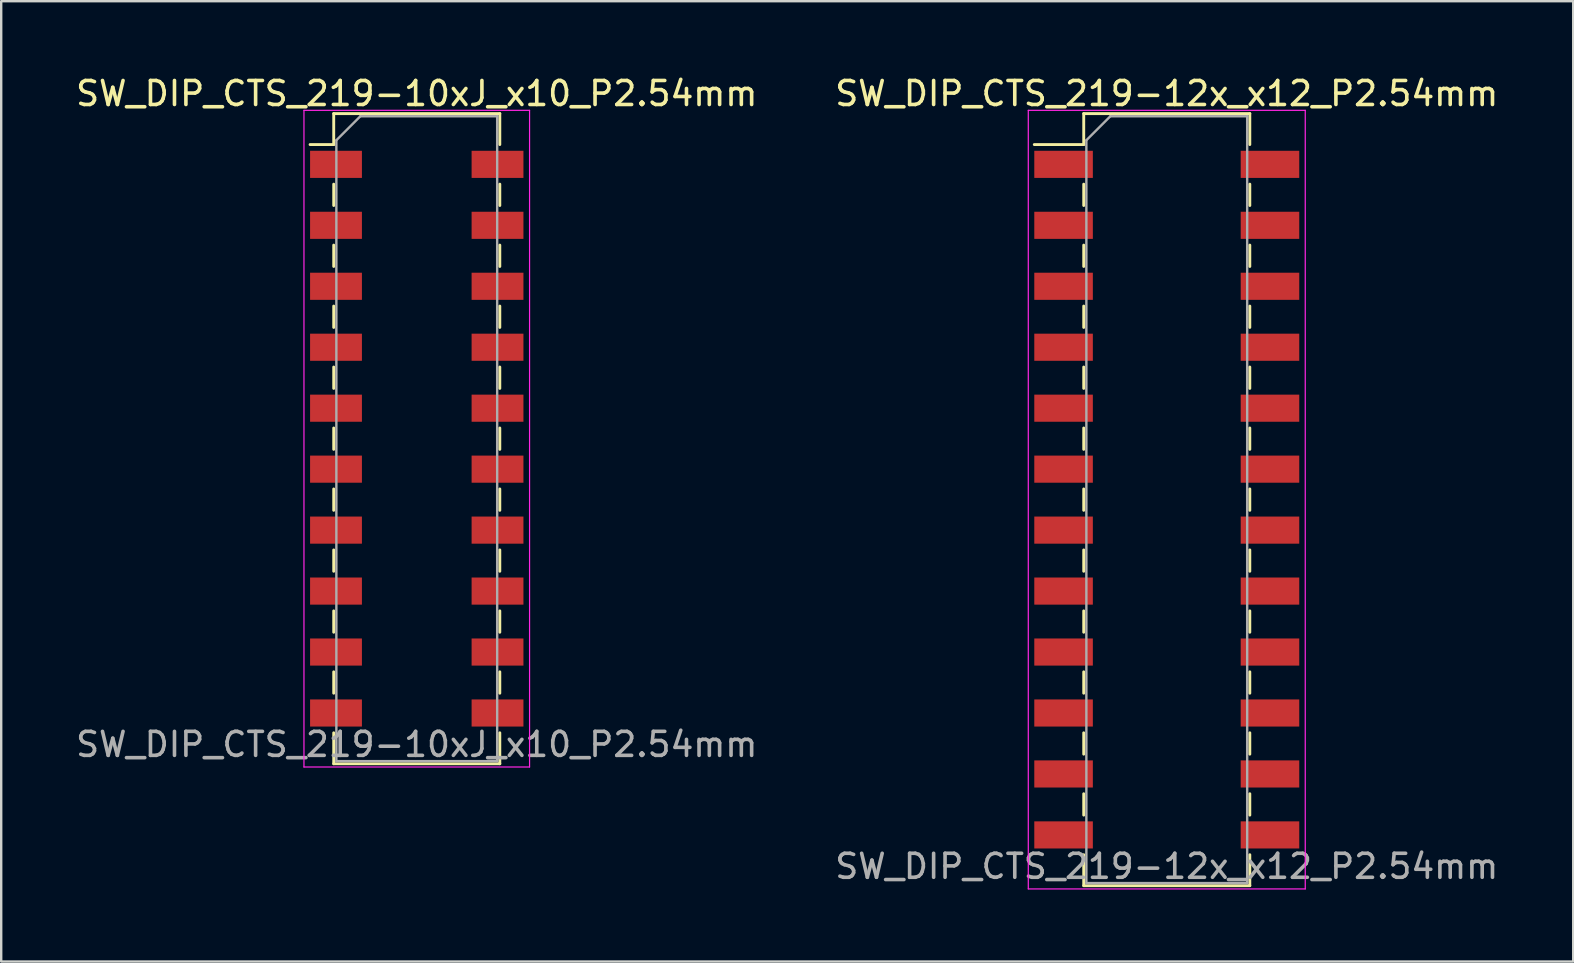
<source format=kicad_pcb>
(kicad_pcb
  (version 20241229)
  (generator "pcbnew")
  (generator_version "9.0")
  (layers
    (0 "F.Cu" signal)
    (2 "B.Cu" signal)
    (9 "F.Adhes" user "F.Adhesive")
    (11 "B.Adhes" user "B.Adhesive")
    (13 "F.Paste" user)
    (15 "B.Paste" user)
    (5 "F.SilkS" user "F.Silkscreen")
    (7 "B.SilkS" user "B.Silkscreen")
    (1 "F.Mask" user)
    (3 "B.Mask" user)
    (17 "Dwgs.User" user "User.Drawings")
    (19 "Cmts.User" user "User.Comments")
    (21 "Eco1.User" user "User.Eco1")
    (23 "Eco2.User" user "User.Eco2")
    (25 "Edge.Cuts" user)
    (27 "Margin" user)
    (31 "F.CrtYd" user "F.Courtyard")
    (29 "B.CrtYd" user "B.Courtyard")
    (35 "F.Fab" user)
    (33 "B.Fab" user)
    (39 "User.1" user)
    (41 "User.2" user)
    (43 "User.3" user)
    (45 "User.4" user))
  (footprint "SW_DIP_CTS_219-10xJ_x10_P2.54mm"
    (layer "F.Cu")
    (at 14.315 15.228)
    (property "Reference" "SW_DIP_CTS_219-10xJ_x10_P2.54mm" (at 0 -14.38 0) (layer "F.SilkS") (effects (font (size 1 1) (thickness 0.15))))
    (attr smd)
    (fp_line (start -4.445 -12.255) (end -3.46 -12.255) (stroke (width 0.12) (type solid)) (layer "F.SilkS"))
    (fp_line (start -3.46 -13.545) (end 3.46 -13.545) (stroke (width 0.12) (type solid)) (layer "F.SilkS"))
    (fp_line (start -3.46 -12.255) (end -3.46 -13.545) (stroke (width 0.12) (type solid)) (layer "F.SilkS"))
    (fp_line (start -3.46 -10.605) (end -3.46 -9.715) (stroke (width 0.12) (type solid)) (layer "F.SilkS"))
    (fp_line (start -3.46 -8.065) (end -3.46 -7.175) (stroke (width 0.12) (type solid)) (layer "F.SilkS"))
    (fp_line (start -3.46 -5.525) (end -3.46 -4.635) (stroke (width 0.12) (type solid)) (layer "F.SilkS"))
    (fp_line (start -3.46 -2.985) (end -3.46 -2.095) (stroke (width 0.12) (type solid)) (layer "F.SilkS"))
    (fp_line (start -3.46 -0.445) (end -3.46 0.445) (stroke (width 0.12) (type solid)) (layer "F.SilkS"))
    (fp_line (start -3.46 2.095) (end -3.46 2.985) (stroke (width 0.12) (type solid)) (layer "F.SilkS"))
    (fp_line (start -3.46 4.635) (end -3.46 5.525) (stroke (width 0.12) (type solid)) (layer "F.SilkS"))
    (fp_line (start -3.46 7.175) (end -3.46 8.065) (stroke (width 0.12) (type solid)) (layer "F.SilkS"))
    (fp_line (start -3.46 9.715) (end -3.46 10.605) (stroke (width 0.12) (type solid)) (layer "F.SilkS"))
    (fp_line (start -3.46 12.255) (end -3.46 13.545) (stroke (width 0.12) (type solid)) (layer "F.SilkS"))
    (fp_line (start -3.46 13.545) (end 3.46 13.545) (stroke (width 0.12) (type solid)) (layer "F.SilkS"))
    (fp_line (start 3.46 -13.545) (end 3.46 -12.255) (stroke (width 0.12) (type solid)) (layer "F.SilkS"))
    (fp_line (start 3.46 -10.605) (end 3.46 -9.715) (stroke (width 0.12) (type solid)) (layer "F.SilkS"))
    (fp_line (start 3.46 -8.065) (end 3.46 -7.175) (stroke (width 0.12) (type solid)) (layer "F.SilkS"))
    (fp_line (start 3.46 -5.525) (end 3.46 -4.635) (stroke (width 0.12) (type solid)) (layer "F.SilkS"))
    (fp_line (start 3.46 -2.985) (end 3.46 -2.095) (stroke (width 0.12) (type solid)) (layer "F.SilkS"))
    (fp_line (start 3.46 -0.445) (end 3.46 0.445) (stroke (width 0.12) (type solid)) (layer "F.SilkS"))
    (fp_line (start 3.46 2.095) (end 3.46 2.985) (stroke (width 0.12) (type solid)) (layer "F.SilkS"))
    (fp_line (start 3.46 4.635) (end 3.46 5.525) (stroke (width 0.12) (type solid)) (layer "F.SilkS"))
    (fp_line (start 3.46 7.175) (end 3.46 8.065) (stroke (width 0.12) (type solid)) (layer "F.SilkS"))
    (fp_line (start 3.46 9.715) (end 3.46 10.605) (stroke (width 0.12) (type solid)) (layer "F.SilkS"))
    (fp_line (start 3.46 13.545) (end 3.46 12.255) (stroke (width 0.12) (type solid)) (layer "F.SilkS"))
    (fp_line (start -4.7 -13.68) (end 4.7 -13.68) (stroke (width 0.05) (type solid)) (layer "F.CrtYd"))
    (fp_line (start -4.7 13.68) (end -4.7 -13.68) (stroke (width 0.05) (type solid)) (layer "F.CrtYd"))
    (fp_line (start 4.7 -13.68) (end 4.7 13.68) (stroke (width 0.05) (type solid)) (layer "F.CrtYd"))
    (fp_line (start 4.7 13.68) (end -4.7 13.68) (stroke (width 0.05) (type solid)) (layer "F.CrtYd"))
    (fp_line (start -3.35 -12.435) (end -2.35 -13.435) (stroke (width 0.1) (type solid)) (layer "F.Fab"))
    (fp_line (start -3.35 13.435) (end -3.35 -12.435) (stroke (width 0.1) (type solid)) (layer "F.Fab"))
    (fp_line (start -2.35 -13.435) (end 3.35 -13.435) (stroke (width 0.1) (type solid)) (layer "F.Fab"))
    (fp_line (start 3.35 -13.435) (end 3.35 13.435) (stroke (width 0.1) (type solid)) (layer "F.Fab"))
    (fp_line (start 3.35 13.435) (end -3.35 13.435) (stroke (width 0.1) (type solid)) (layer "F.Fab"))
    (fp_text user "${REFERENCE}" (at 0 12.74 0) (layer "F.Fab") (effects (font (size 1 1) (thickness 0.15))))
    (pad "1" smd rect (at -3.365 -11.43) (size 2.16 1.13) (layers "F.Cu" "F.Mask" "F.Paste"))
    (pad "2" smd rect (at -3.365 -8.89) (size 2.16 1.13) (layers "F.Cu" "F.Mask" "F.Paste"))
    (pad "3" smd rect (at -3.365 -6.35) (size 2.16 1.13) (layers "F.Cu" "F.Mask" "F.Paste"))
    (pad "4" smd rect (at -3.365 -3.81) (size 2.16 1.13) (layers "F.Cu" "F.Mask" "F.Paste"))
    (pad "5" smd rect (at -3.365 -1.27) (size 2.16 1.13) (layers "F.Cu" "F.Mask" "F.Paste"))
    (pad "6" smd rect (at -3.365 1.27) (size 2.16 1.13) (layers "F.Cu" "F.Mask" "F.Paste"))
    (pad "7" smd rect (at -3.365 3.81) (size 2.16 1.13) (layers "F.Cu" "F.Mask" "F.Paste"))
    (pad "8" smd rect (at -3.365 6.35) (size 2.16 1.13) (layers "F.Cu" "F.Mask" "F.Paste"))
    (pad "9" smd rect (at -3.365 8.89) (size 2.16 1.13) (layers "F.Cu" "F.Mask" "F.Paste"))
    (pad "10" smd rect (at -3.365 11.43) (size 2.16 1.13) (layers "F.Cu" "F.Mask" "F.Paste"))
    (pad "11" smd rect (at 3.365 11.43) (size 2.16 1.13) (layers "F.Cu" "F.Mask" "F.Paste"))
    (pad "12" smd rect (at 3.365 8.89) (size 2.16 1.13) (layers "F.Cu" "F.Mask" "F.Paste"))
    (pad "13" smd rect (at 3.365 6.35) (size 2.16 1.13) (layers "F.Cu" "F.Mask" "F.Paste"))
    (pad "14" smd rect (at 3.365 3.81) (size 2.16 1.13) (layers "F.Cu" "F.Mask" "F.Paste"))
    (pad "15" smd rect (at 3.365 1.27) (size 2.16 1.13) (layers "F.Cu" "F.Mask" "F.Paste"))
    (pad "16" smd rect (at 3.365 -1.27) (size 2.16 1.13) (layers "F.Cu" "F.Mask" "F.Paste"))
    (pad "17" smd rect (at 3.365 -3.81) (size 2.16 1.13) (layers "F.Cu" "F.Mask" "F.Paste"))
    (pad "18" smd rect (at 3.365 -6.35) (size 2.16 1.13) (layers "F.Cu" "F.Mask" "F.Paste"))
    (pad "19" smd rect (at 3.365 -8.89) (size 2.16 1.13) (layers "F.Cu" "F.Mask" "F.Paste"))
    (pad "20" smd rect (at 3.365 -11.43) (size 2.16 1.13) (layers "F.Cu" "F.Mask" "F.Paste")))
  (footprint "SW_DIP_CTS_219-12x_x12_P2.54mm"
    (layer "F.Cu")
    (at 45.565 17.768)
    (property "Reference" "SW_DIP_CTS_219-12x_x12_P2.54mm" (at 0 -16.92 0) (layer "F.SilkS") (effects (font (size 1 1) (thickness 0.15))))
    (attr smd)
    (fp_line (start -5.52 -14.795) (end -3.46 -14.795) (stroke (width 0.12) (type solid)) (layer "F.SilkS"))
    (fp_line (start -3.46 -16.085) (end 3.46 -16.085) (stroke (width 0.12) (type solid)) (layer "F.SilkS"))
    (fp_line (start -3.46 -14.795) (end -3.46 -16.085) (stroke (width 0.12) (type solid)) (layer "F.SilkS"))
    (fp_line (start -3.46 -13.145) (end -3.46 -12.255) (stroke (width 0.12) (type solid)) (layer "F.SilkS"))
    (fp_line (start -3.46 -10.605) (end -3.46 -9.715) (stroke (width 0.12) (type solid)) (layer "F.SilkS"))
    (fp_line (start -3.46 -8.065) (end -3.46 -7.175) (stroke (width 0.12) (type solid)) (layer "F.SilkS"))
    (fp_line (start -3.46 -5.525) (end -3.46 -4.635) (stroke (width 0.12) (type solid)) (layer "F.SilkS"))
    (fp_line (start -3.46 -2.985) (end -3.46 -2.095) (stroke (width 0.12) (type solid)) (layer "F.SilkS"))
    (fp_line (start -3.46 -0.445) (end -3.46 0.445) (stroke (width 0.12) (type solid)) (layer "F.SilkS"))
    (fp_line (start -3.46 2.095) (end -3.46 2.985) (stroke (width 0.12) (type solid)) (layer "F.SilkS"))
    (fp_line (start -3.46 4.635) (end -3.46 5.525) (stroke (width 0.12) (type solid)) (layer "F.SilkS"))
    (fp_line (start -3.46 7.175) (end -3.46 8.065) (stroke (width 0.12) (type solid)) (layer "F.SilkS"))
    (fp_line (start -3.46 9.715) (end -3.46 10.605) (stroke (width 0.12) (type solid)) (layer "F.SilkS"))
    (fp_line (start -3.46 12.255) (end -3.46 13.145) (stroke (width 0.12) (type solid)) (layer "F.SilkS"))
    (fp_line (start -3.46 14.795) (end -3.46 16.085) (stroke (width 0.12) (type solid)) (layer "F.SilkS"))
    (fp_line (start -3.46 16.085) (end 3.46 16.085) (stroke (width 0.12) (type solid)) (layer "F.SilkS"))
    (fp_line (start 3.46 -16.085) (end 3.46 -14.795) (stroke (width 0.12) (type solid)) (layer "F.SilkS"))
    (fp_line (start 3.46 -13.145) (end 3.46 -12.255) (stroke (width 0.12) (type solid)) (layer "F.SilkS"))
    (fp_line (start 3.46 -10.605) (end 3.46 -9.715) (stroke (width 0.12) (type solid)) (layer "F.SilkS"))
    (fp_line (start 3.46 -8.065) (end 3.46 -7.175) (stroke (width 0.12) (type solid)) (layer "F.SilkS"))
    (fp_line (start 3.46 -5.525) (end 3.46 -4.635) (stroke (width 0.12) (type solid)) (layer "F.SilkS"))
    (fp_line (start 3.46 -2.985) (end 3.46 -2.095) (stroke (width 0.12) (type solid)) (layer "F.SilkS"))
    (fp_line (start 3.46 -0.445) (end 3.46 0.445) (stroke (width 0.12) (type solid)) (layer "F.SilkS"))
    (fp_line (start 3.46 2.095) (end 3.46 2.985) (stroke (width 0.12) (type solid)) (layer "F.SilkS"))
    (fp_line (start 3.46 4.635) (end 3.46 5.525) (stroke (width 0.12) (type solid)) (layer "F.SilkS"))
    (fp_line (start 3.46 7.175) (end 3.46 8.065) (stroke (width 0.12) (type solid)) (layer "F.SilkS"))
    (fp_line (start 3.46 9.715) (end 3.46 10.605) (stroke (width 0.12) (type solid)) (layer "F.SilkS"))
    (fp_line (start 3.46 12.255) (end 3.46 13.145) (stroke (width 0.12) (type solid)) (layer "F.SilkS"))
    (fp_line (start 3.46 16.085) (end 3.46 14.795) (stroke (width 0.12) (type solid)) (layer "F.SilkS"))
    (fp_line (start -5.77 -16.22) (end 5.77 -16.22) (stroke (width 0.05) (type solid)) (layer "F.CrtYd"))
    (fp_line (start -5.77 16.22) (end -5.77 -16.22) (stroke (width 0.05) (type solid)) (layer "F.CrtYd"))
    (fp_line (start 5.77 -16.22) (end 5.77 16.22) (stroke (width 0.05) (type solid)) (layer "F.CrtYd"))
    (fp_line (start 5.77 16.22) (end -5.77 16.22) (stroke (width 0.05) (type solid)) (layer "F.CrtYd"))
    (fp_line (start -3.35 -14.975) (end -2.35 -15.975) (stroke (width 0.1) (type solid)) (layer "F.Fab"))
    (fp_line (start -3.35 15.975) (end -3.35 -14.975) (stroke (width 0.1) (type solid)) (layer "F.Fab"))
    (fp_line (start -2.35 -15.975) (end 3.35 -15.975) (stroke (width 0.1) (type solid)) (layer "F.Fab"))
    (fp_line (start 3.35 -15.975) (end 3.35 15.975) (stroke (width 0.1) (type solid)) (layer "F.Fab"))
    (fp_line (start 3.35 15.975) (end -3.35 15.975) (stroke (width 0.1) (type solid)) (layer "F.Fab"))
    (fp_text user "${REFERENCE}" (at 0 15.28 0) (layer "F.Fab") (effects (font (size 1 1) (thickness 0.15))))
    (pad "1" smd rect (at -4.3 -13.97) (size 2.44 1.13) (layers "F.Cu" "F.Mask" "F.Paste"))
    (pad "2" smd rect (at -4.3 -11.43) (size 2.44 1.13) (layers "F.Cu" "F.Mask" "F.Paste"))
    (pad "3" smd rect (at -4.3 -8.89) (size 2.44 1.13) (layers "F.Cu" "F.Mask" "F.Paste"))
    (pad "4" smd rect (at -4.3 -6.35) (size 2.44 1.13) (layers "F.Cu" "F.Mask" "F.Paste"))
    (pad "5" smd rect (at -4.3 -3.81) (size 2.44 1.13) (layers "F.Cu" "F.Mask" "F.Paste"))
    (pad "6" smd rect (at -4.3 -1.27) (size 2.44 1.13) (layers "F.Cu" "F.Mask" "F.Paste"))
    (pad "7" smd rect (at -4.3 1.27) (size 2.44 1.13) (layers "F.Cu" "F.Mask" "F.Paste"))
    (pad "8" smd rect (at -4.3 3.81) (size 2.44 1.13) (layers "F.Cu" "F.Mask" "F.Paste"))
    (pad "9" smd rect (at -4.3 6.35) (size 2.44 1.13) (layers "F.Cu" "F.Mask" "F.Paste"))
    (pad "10" smd rect (at -4.3 8.89) (size 2.44 1.13) (layers "F.Cu" "F.Mask" "F.Paste"))
    (pad "11" smd rect (at -4.3 11.43) (size 2.44 1.13) (layers "F.Cu" "F.Mask" "F.Paste"))
    (pad "12" smd rect (at -4.3 13.97) (size 2.44 1.13) (layers "F.Cu" "F.Mask" "F.Paste"))
    (pad "13" smd rect (at 4.3 13.97) (size 2.44 1.13) (layers "F.Cu" "F.Mask" "F.Paste"))
    (pad "14" smd rect (at 4.3 11.43) (size 2.44 1.13) (layers "F.Cu" "F.Mask" "F.Paste"))
    (pad "15" smd rect (at 4.3 8.89) (size 2.44 1.13) (layers "F.Cu" "F.Mask" "F.Paste"))
    (pad "16" smd rect (at 4.3 6.35) (size 2.44 1.13) (layers "F.Cu" "F.Mask" "F.Paste"))
    (pad "17" smd rect (at 4.3 3.81) (size 2.44 1.13) (layers "F.Cu" "F.Mask" "F.Paste"))
    (pad "18" smd rect (at 4.3 1.27) (size 2.44 1.13) (layers "F.Cu" "F.Mask" "F.Paste"))
    (pad "19" smd rect (at 4.3 -1.27) (size 2.44 1.13) (layers "F.Cu" "F.Mask" "F.Paste"))
    (pad "20" smd rect (at 4.3 -3.81) (size 2.44 1.13) (layers "F.Cu" "F.Mask" "F.Paste"))
    (pad "21" smd rect (at 4.3 -6.35) (size 2.44 1.13) (layers "F.Cu" "F.Mask" "F.Paste"))
    (pad "22" smd rect (at 4.3 -8.89) (size 2.44 1.13) (layers "F.Cu" "F.Mask" "F.Paste"))
    (pad "23" smd rect (at 4.3 -11.43) (size 2.44 1.13) (layers "F.Cu" "F.Mask" "F.Paste"))
    (pad "24" smd rect (at 4.3 -13.97) (size 2.44 1.13) (layers "F.Cu" "F.Mask" "F.Paste")))
  (gr_rect
    (start -3 -3)
    (end 62.5 37.013)
    (stroke (width 0.1) (type default))
    (fill no)
    (layer "Edge.Cuts")))
</source>
